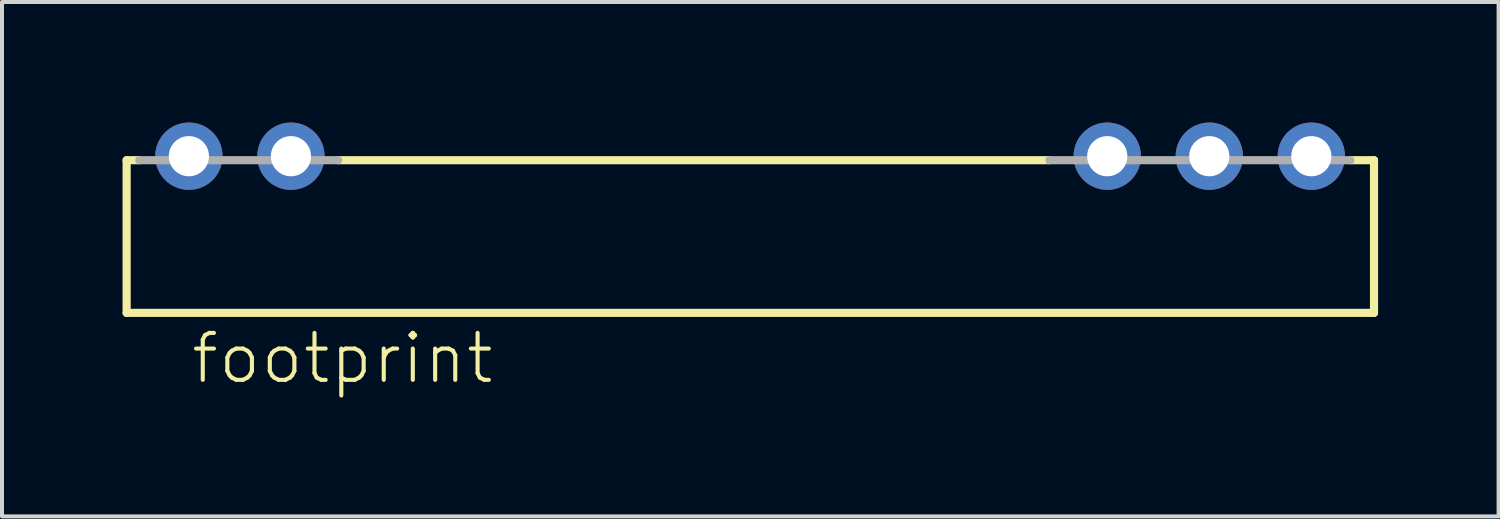
<source format=kicad_pcb>
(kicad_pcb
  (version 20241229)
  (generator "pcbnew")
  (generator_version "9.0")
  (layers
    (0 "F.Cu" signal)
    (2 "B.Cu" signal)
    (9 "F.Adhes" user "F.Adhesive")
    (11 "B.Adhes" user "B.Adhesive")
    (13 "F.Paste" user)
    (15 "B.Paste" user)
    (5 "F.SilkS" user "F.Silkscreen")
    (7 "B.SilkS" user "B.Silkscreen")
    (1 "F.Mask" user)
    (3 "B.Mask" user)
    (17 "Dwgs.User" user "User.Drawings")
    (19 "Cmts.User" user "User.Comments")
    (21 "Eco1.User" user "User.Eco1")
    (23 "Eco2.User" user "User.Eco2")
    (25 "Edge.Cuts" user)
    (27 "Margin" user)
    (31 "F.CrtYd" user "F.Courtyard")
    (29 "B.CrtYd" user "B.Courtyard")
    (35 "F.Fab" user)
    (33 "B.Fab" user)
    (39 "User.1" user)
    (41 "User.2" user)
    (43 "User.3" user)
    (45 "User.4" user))
  (footprint "footprint"
    (layer "F.Cu")
    (at 14.352 3.378)
    (property "Reference" "footprint" (at -12.7 3.175 0) (layer "F.SilkS") (effects (font (size 1.168 1.168) (thickness 0.102)) (justify left bottom)))
    (fp_line (start -14.25 -2.44) (end -13.935 -2.44) (stroke (width 0.203) (type solid)) (layer "F.SilkS"))
    (fp_line (start -14.25 1.36) (end -14.25 -2.44) (stroke (width 0.203) (type solid)) (layer "F.SilkS"))
    (fp_line (start -14.25 1.36) (end 16.8 1.36) (stroke (width 0.203) (type solid)) (layer "F.SilkS"))
    (fp_line (start -8.985 -2.44) (end 8.72 -2.44) (stroke (width 0.203) (type solid)) (layer "F.SilkS"))
    (fp_line (start 16.21 -2.44) (end 16.8 -2.44) (stroke (width 0.203) (type solid)) (layer "F.SilkS"))
    (fp_line (start 16.8 1.36) (end 16.8 -2.44) (stroke (width 0.203) (type solid)) (layer "F.SilkS"))
    (fp_line (start -13.935 -2.44) (end -8.985 -2.44) (stroke (width 0.203) (type solid)) (layer "F.Fab"))
    (fp_line (start 8.72 -2.44) (end 16.21 -2.44) (stroke (width 0.203) (type solid)) (layer "F.Fab"))
    (pad "1" thru_hole circle (at -12.7 -2.54) (size 1.676 1.676) (drill 1) (layers "*.Cu" "*.Mask"))
    (pad "2" thru_hole circle (at -10.16 -2.54) (size 1.676 1.676) (drill 1) (layers "*.Cu" "*.Mask"))
    (pad "3" thru_hole circle (at 10.16 -2.54) (size 1.676 1.676) (drill 1) (layers "*.Cu" "*.Mask"))
    (pad "4" thru_hole circle (at 12.7 -2.54) (size 1.676 1.676) (drill 1) (layers "*.Cu" "*.Mask"))
    (pad "5" thru_hole circle (at 15.24 -2.54) (size 1.676 1.676) (drill 1) (layers "*.Cu" "*.Mask")))
  (gr_rect
    (start -3 -3)
    (end 34.253 9.804)
    (stroke (width 0.1) (type default))
    (fill no)
    (layer "Edge.Cuts")))
</source>
